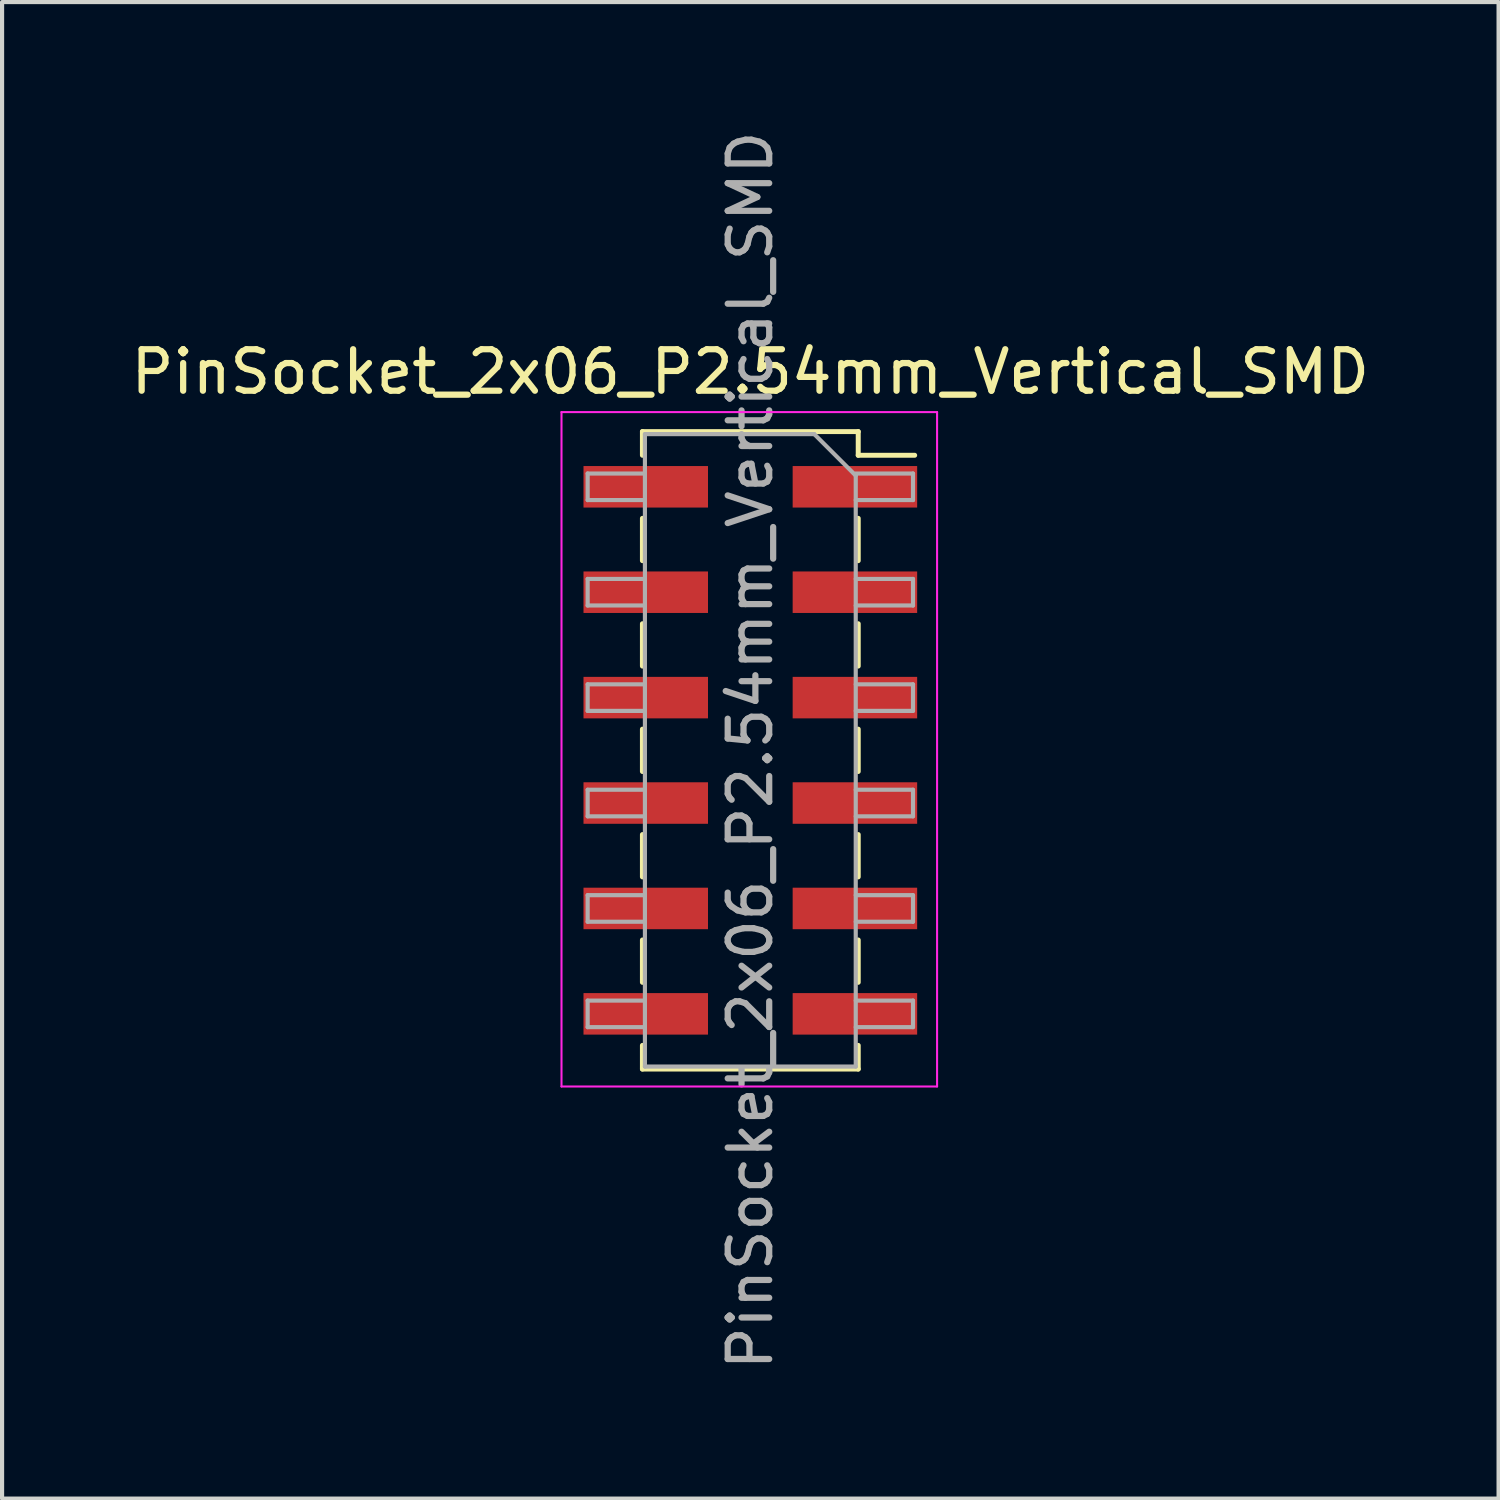
<source format=kicad_pcb>
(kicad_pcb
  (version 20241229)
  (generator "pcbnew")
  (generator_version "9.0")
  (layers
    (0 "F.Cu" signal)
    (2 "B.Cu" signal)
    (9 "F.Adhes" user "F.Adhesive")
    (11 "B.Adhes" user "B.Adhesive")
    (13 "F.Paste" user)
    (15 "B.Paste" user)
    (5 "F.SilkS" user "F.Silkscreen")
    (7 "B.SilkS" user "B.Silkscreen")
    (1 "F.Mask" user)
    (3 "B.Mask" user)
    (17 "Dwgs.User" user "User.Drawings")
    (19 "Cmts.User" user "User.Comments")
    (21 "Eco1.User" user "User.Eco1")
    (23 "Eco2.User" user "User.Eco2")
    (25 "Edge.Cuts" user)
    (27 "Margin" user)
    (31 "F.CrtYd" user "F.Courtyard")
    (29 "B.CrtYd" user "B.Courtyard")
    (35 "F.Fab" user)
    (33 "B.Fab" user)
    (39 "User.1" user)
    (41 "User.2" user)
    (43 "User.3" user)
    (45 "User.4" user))
  (footprint "PinSocket_2x06_P2.54mm_Vertical_SMD"
    (layer "F.Cu")
    (at 15.03 15.03)
    (property "Reference" "PinSocket_2x06_P2.54mm_Vertical_SMD" (at 0 -9.12 0) (layer "F.SilkS") (effects (font (size 1 1) (thickness 0.15))))
    (attr smd)
    (fp_line (start -2.6 -7.68) (end -2.6 -7.11) (stroke (width 0.12) (type solid)) (layer "F.SilkS"))
    (fp_line (start -2.6 -7.68) (end 2.6 -7.68) (stroke (width 0.12) (type solid)) (layer "F.SilkS"))
    (fp_line (start -2.6 -5.59) (end -2.6 -4.57) (stroke (width 0.12) (type solid)) (layer "F.SilkS"))
    (fp_line (start -2.6 -3.05) (end -2.6 -2.03) (stroke (width 0.12) (type solid)) (layer "F.SilkS"))
    (fp_line (start -2.6 -0.51) (end -2.6 0.51) (stroke (width 0.12) (type solid)) (layer "F.SilkS"))
    (fp_line (start -2.6 2.03) (end -2.6 3.05) (stroke (width 0.12) (type solid)) (layer "F.SilkS"))
    (fp_line (start -2.6 4.57) (end -2.6 5.59) (stroke (width 0.12) (type solid)) (layer "F.SilkS"))
    (fp_line (start -2.6 7.11) (end -2.6 7.68) (stroke (width 0.12) (type solid)) (layer "F.SilkS"))
    (fp_line (start -2.6 7.68) (end 2.6 7.68) (stroke (width 0.12) (type solid)) (layer "F.SilkS"))
    (fp_line (start 2.6 -7.68) (end 2.6 -7.11) (stroke (width 0.12) (type solid)) (layer "F.SilkS"))
    (fp_line (start 2.6 -7.11) (end 3.96 -7.11) (stroke (width 0.12) (type solid)) (layer "F.SilkS"))
    (fp_line (start 2.6 -5.59) (end 2.6 -4.57) (stroke (width 0.12) (type solid)) (layer "F.SilkS"))
    (fp_line (start 2.6 -3.05) (end 2.6 -2.03) (stroke (width 0.12) (type solid)) (layer "F.SilkS"))
    (fp_line (start 2.6 -0.51) (end 2.6 0.51) (stroke (width 0.12) (type solid)) (layer "F.SilkS"))
    (fp_line (start 2.6 2.03) (end 2.6 3.05) (stroke (width 0.12) (type solid)) (layer "F.SilkS"))
    (fp_line (start 2.6 4.57) (end 2.6 5.59) (stroke (width 0.12) (type solid)) (layer "F.SilkS"))
    (fp_line (start 2.6 7.11) (end 2.6 7.68) (stroke (width 0.12) (type solid)) (layer "F.SilkS"))
    (fp_line (start -4.55 -8.15) (end 4.5 -8.15) (stroke (width 0.05) (type solid)) (layer "F.CrtYd"))
    (fp_line (start -4.55 8.1) (end -4.55 -8.15) (stroke (width 0.05) (type solid)) (layer "F.CrtYd"))
    (fp_line (start 4.5 -8.15) (end 4.5 8.1) (stroke (width 0.05) (type solid)) (layer "F.CrtYd"))
    (fp_line (start 4.5 8.1) (end -4.55 8.1) (stroke (width 0.05) (type solid)) (layer "F.CrtYd"))
    (fp_line (start -3.92 -6.67) (end -2.54 -6.67) (stroke (width 0.1) (type solid)) (layer "F.Fab"))
    (fp_line (start -3.92 -6.03) (end -3.92 -6.67) (stroke (width 0.1) (type solid)) (layer "F.Fab"))
    (fp_line (start -3.92 -4.13) (end -2.54 -4.13) (stroke (width 0.1) (type solid)) (layer "F.Fab"))
    (fp_line (start -3.92 -3.49) (end -3.92 -4.13) (stroke (width 0.1) (type solid)) (layer "F.Fab"))
    (fp_line (start -3.92 -1.59) (end -2.54 -1.59) (stroke (width 0.1) (type solid)) (layer "F.Fab"))
    (fp_line (start -3.92 -0.95) (end -3.92 -1.59) (stroke (width 0.1) (type solid)) (layer "F.Fab"))
    (fp_line (start -3.92 0.95) (end -2.54 0.95) (stroke (width 0.1) (type solid)) (layer "F.Fab"))
    (fp_line (start -3.92 1.59) (end -3.92 0.95) (stroke (width 0.1) (type solid)) (layer "F.Fab"))
    (fp_line (start -3.92 3.49) (end -2.54 3.49) (stroke (width 0.1) (type solid)) (layer "F.Fab"))
    (fp_line (start -3.92 4.13) (end -3.92 3.49) (stroke (width 0.1) (type solid)) (layer "F.Fab"))
    (fp_line (start -3.92 6.03) (end -2.54 6.03) (stroke (width 0.1) (type solid)) (layer "F.Fab"))
    (fp_line (start -3.92 6.67) (end -3.92 6.03) (stroke (width 0.1) (type solid)) (layer "F.Fab"))
    (fp_line (start -2.54 -7.62) (end 1.54 -7.62) (stroke (width 0.1) (type solid)) (layer "F.Fab"))
    (fp_line (start -2.54 -6.03) (end -3.92 -6.03) (stroke (width 0.1) (type solid)) (layer "F.Fab"))
    (fp_line (start -2.54 -3.49) (end -3.92 -3.49) (stroke (width 0.1) (type solid)) (layer "F.Fab"))
    (fp_line (start -2.54 -0.95) (end -3.92 -0.95) (stroke (width 0.1) (type solid)) (layer "F.Fab"))
    (fp_line (start -2.54 1.59) (end -3.92 1.59) (stroke (width 0.1) (type solid)) (layer "F.Fab"))
    (fp_line (start -2.54 4.13) (end -3.92 4.13) (stroke (width 0.1) (type solid)) (layer "F.Fab"))
    (fp_line (start -2.54 6.67) (end -3.92 6.67) (stroke (width 0.1) (type solid)) (layer "F.Fab"))
    (fp_line (start -2.54 7.62) (end -2.54 -7.62) (stroke (width 0.1) (type solid)) (layer "F.Fab"))
    (fp_line (start 1.54 -7.62) (end 2.54 -6.62) (stroke (width 0.1) (type solid)) (layer "F.Fab"))
    (fp_line (start 2.54 -6.67) (end 3.92 -6.67) (stroke (width 0.1) (type solid)) (layer "F.Fab"))
    (fp_line (start 2.54 -6.62) (end 2.54 7.62) (stroke (width 0.1) (type solid)) (layer "F.Fab"))
    (fp_line (start 2.54 -4.13) (end 3.92 -4.13) (stroke (width 0.1) (type solid)) (layer "F.Fab"))
    (fp_line (start 2.54 -1.59) (end 3.92 -1.59) (stroke (width 0.1) (type solid)) (layer "F.Fab"))
    (fp_line (start 2.54 0.95) (end 3.92 0.95) (stroke (width 0.1) (type solid)) (layer "F.Fab"))
    (fp_line (start 2.54 3.49) (end 3.92 3.49) (stroke (width 0.1) (type solid)) (layer "F.Fab"))
    (fp_line (start 2.54 6.03) (end 3.92 6.03) (stroke (width 0.1) (type solid)) (layer "F.Fab"))
    (fp_line (start 2.54 7.62) (end -2.54 7.62) (stroke (width 0.1) (type solid)) (layer "F.Fab"))
    (fp_line (start 3.92 -6.67) (end 3.92 -6.03) (stroke (width 0.1) (type solid)) (layer "F.Fab"))
    (fp_line (start 3.92 -6.03) (end 2.54 -6.03) (stroke (width 0.1) (type solid)) (layer "F.Fab"))
    (fp_line (start 3.92 -4.13) (end 3.92 -3.49) (stroke (width 0.1) (type solid)) (layer "F.Fab"))
    (fp_line (start 3.92 -3.49) (end 2.54 -3.49) (stroke (width 0.1) (type solid)) (layer "F.Fab"))
    (fp_line (start 3.92 -1.59) (end 3.92 -0.95) (stroke (width 0.1) (type solid)) (layer "F.Fab"))
    (fp_line (start 3.92 -0.95) (end 2.54 -0.95) (stroke (width 0.1) (type solid)) (layer "F.Fab"))
    (fp_line (start 3.92 0.95) (end 3.92 1.59) (stroke (width 0.1) (type solid)) (layer "F.Fab"))
    (fp_line (start 3.92 1.59) (end 2.54 1.59) (stroke (width 0.1) (type solid)) (layer "F.Fab"))
    (fp_line (start 3.92 3.49) (end 3.92 4.13) (stroke (width 0.1) (type solid)) (layer "F.Fab"))
    (fp_line (start 3.92 4.13) (end 2.54 4.13) (stroke (width 0.1) (type solid)) (layer "F.Fab"))
    (fp_line (start 3.92 6.03) (end 3.92 6.67) (stroke (width 0.1) (type solid)) (layer "F.Fab"))
    (fp_line (start 3.92 6.67) (end 2.54 6.67) (stroke (width 0.1) (type solid)) (layer "F.Fab"))
    (fp_text user "${REFERENCE}" (at 0 0 90) (layer "F.Fab") (effects (font (size 1 1) (thickness 0.15))))
    (pad "1" smd rect (at -2.52 -6.35) (size 3 1) (layers "F.Cu" "F.Mask" "F.Paste"))
    (pad "2" smd rect (at -2.52 -3.81) (size 3 1) (layers "F.Cu" "F.Mask" "F.Paste"))
    (pad "3" smd rect (at -2.52 -1.27) (size 3 1) (layers "F.Cu" "F.Mask" "F.Paste"))
    (pad "4" smd rect (at -2.52 1.27) (size 3 1) (layers "F.Cu" "F.Mask" "F.Paste"))
    (pad "5" smd rect (at -2.52 3.81) (size 3 1) (layers "F.Cu" "F.Mask" "F.Paste"))
    (pad "6" smd rect (at -2.52 6.35) (size 3 1) (layers "F.Cu" "F.Mask" "F.Paste"))
    (pad "7" smd rect (at 2.52 -6.35) (size 3 1) (layers "F.Cu" "F.Mask" "F.Paste"))
    (pad "8" smd rect (at 2.52 -3.81) (size 3 1) (layers "F.Cu" "F.Mask" "F.Paste"))
    (pad "9" smd rect (at 2.52 -1.27) (size 3 1) (layers "F.Cu" "F.Mask" "F.Paste"))
    (pad "10" smd rect (at 2.52 1.27) (size 3 1) (layers "F.Cu" "F.Mask" "F.Paste"))
    (pad "11" smd rect (at 2.52 3.81) (size 3 1) (layers "F.Cu" "F.Mask" "F.Paste"))
    (pad "12" smd rect (at 2.52 6.35) (size 3 1) (layers "F.Cu" "F.Mask" "F.Paste")))
  (gr_rect
    (start -3 -3)
    (end 33.06 33.06)
    (stroke (width 0.1) (type default))
    (fill no)
    (layer "Edge.Cuts")))
</source>
